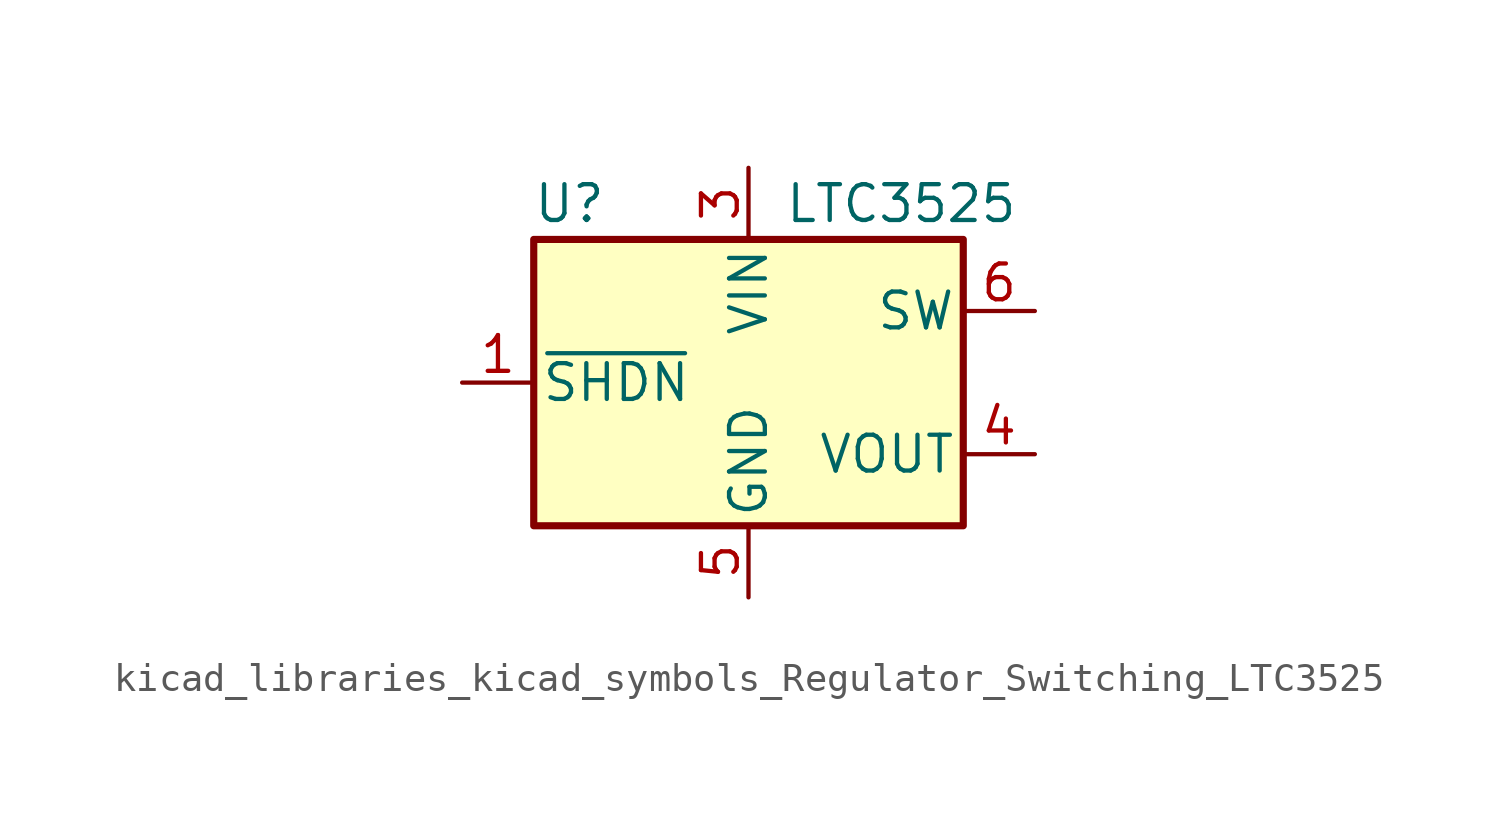
<source format=kicad_sym>
(kicad_symbol_lib
  (version 20220914)
  (generator kicad_symbol_editor)
  (symbol "kicad_libraries_kicad_symbols_Regulator_Switching_LTC3525"
    (pin_names
      (offset 0.254))
    (property "Reference" "U"
      (at -6.35 6.35 0)
      (effects (font (size 1.27 1.27))))
    (property "Value" "LTC3525"
      (at 1.27 6.35 0)
      (effects (font (size 1.27 1.27)) (justify left)))
    (symbol "kicad_libraries_kicad_symbols_Regulator_Switching_LTC3525_0_1"
      (rectangle (start -7.62 5.08) (end 7.62 -5.08) (stroke (width 0.254) (type default)) (fill (type background))))
    (symbol "kicad_libraries_kicad_symbols_Regulator_Switching_LTC3525_1_1"
      (pin input line (at -10.16 0 0) (length 2.54) (name "~{SHDN}" (effects (font (size 1.27 1.27)))) (number "1" (effects (font (size 1.27 1.27)))))
      (pin passive line (at 0 -7.62 90) (length 2.54) hide (name "GND" (effects (font (size 1.27 1.27)))) (number "2" (effects (font (size 1.27 1.27)))))
      (pin power_in line (at 0 7.62 270) (length 2.54) (name "VIN" (effects (font (size 1.27 1.27)))) (number "3" (effects (font (size 1.27 1.27)))))
      (pin power_out line (at 10.16 -2.54 180) (length 2.54) (name "VOUT" (effects (font (size 1.27 1.27)))) (number "4" (effects (font (size 1.27 1.27)))))
      (pin power_in line (at 0 -7.62 90) (length 2.54) (name "GND" (effects (font (size 1.27 1.27)))) (number "5" (effects (font (size 1.27 1.27)))))
      (pin input line (at 10.16 2.54 180) (length 2.54) (name "SW" (effects (font (size 1.27 1.27)))) (number "6" (effects (font (size 1.27 1.27))))))))
</source>
